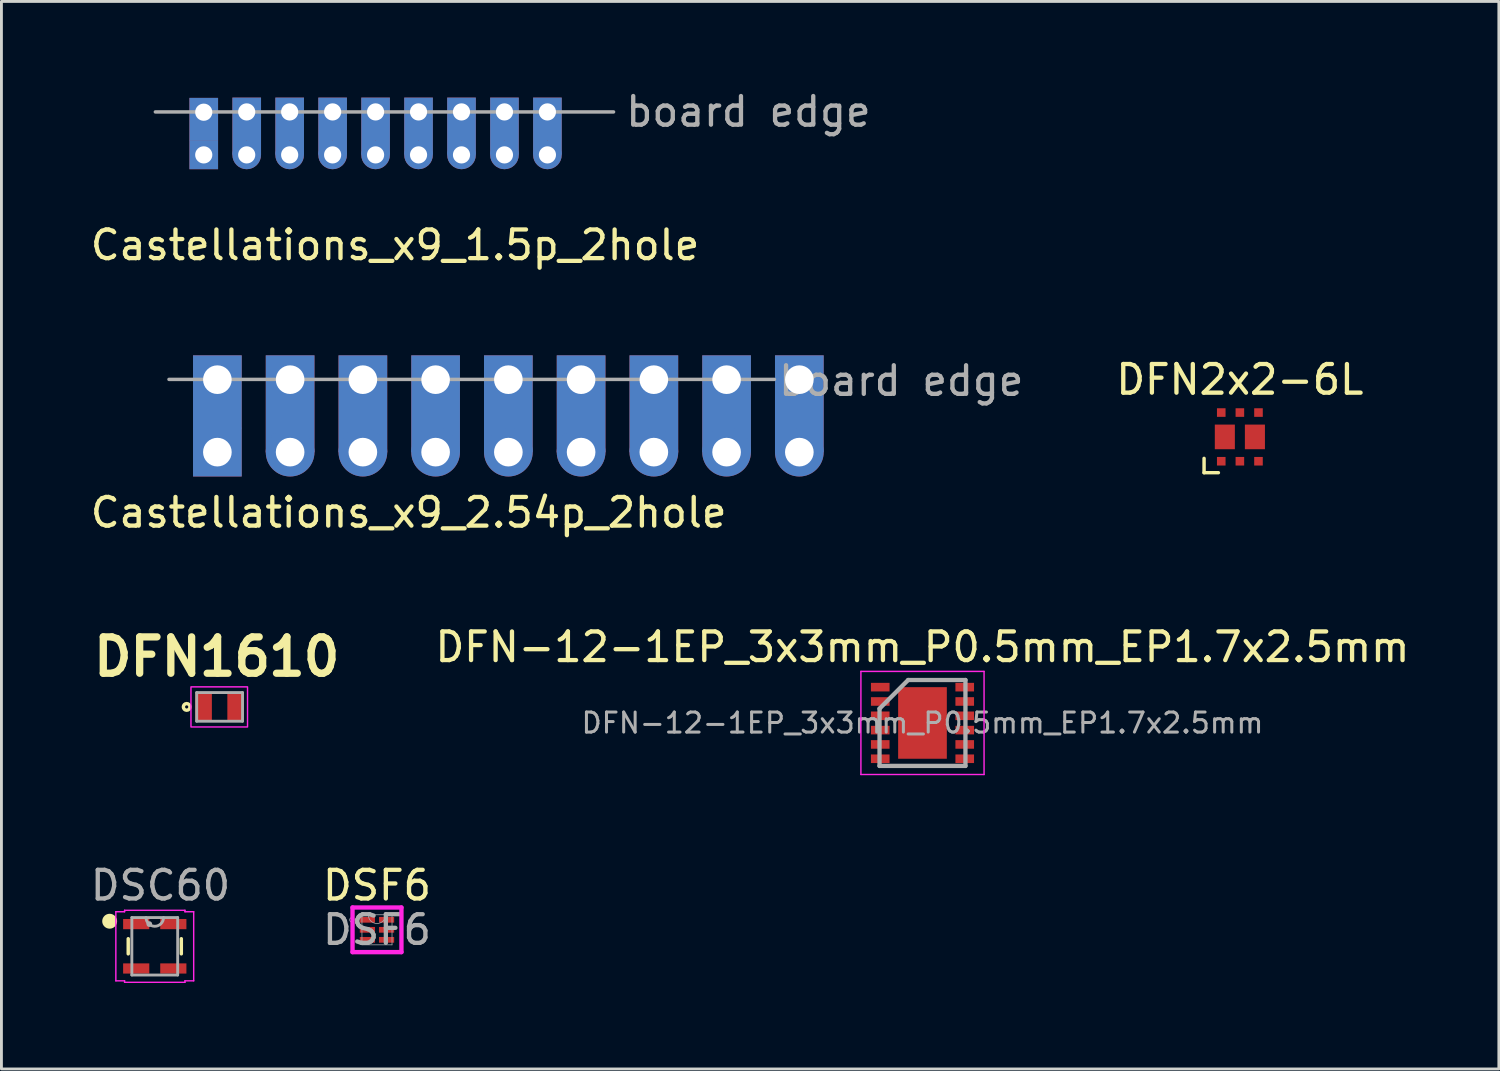
<source format=kicad_pcb>
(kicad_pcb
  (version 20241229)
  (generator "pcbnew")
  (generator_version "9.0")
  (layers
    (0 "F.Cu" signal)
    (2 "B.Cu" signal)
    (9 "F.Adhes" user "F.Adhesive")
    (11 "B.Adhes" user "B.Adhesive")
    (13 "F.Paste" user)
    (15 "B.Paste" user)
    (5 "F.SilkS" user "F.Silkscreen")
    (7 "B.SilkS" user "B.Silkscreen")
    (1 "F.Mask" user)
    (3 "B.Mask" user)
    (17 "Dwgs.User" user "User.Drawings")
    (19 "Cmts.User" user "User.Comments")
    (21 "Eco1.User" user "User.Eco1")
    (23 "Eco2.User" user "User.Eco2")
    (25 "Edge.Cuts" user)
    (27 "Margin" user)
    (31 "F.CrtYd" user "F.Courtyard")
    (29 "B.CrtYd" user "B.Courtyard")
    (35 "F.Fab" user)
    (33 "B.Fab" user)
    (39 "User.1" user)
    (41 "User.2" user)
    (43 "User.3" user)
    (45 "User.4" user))
  (footprint "Castellations_x9_2.54p_2hole"
    (layer "F.Cu")
    (at 4.54 10.197)
    (property "Reference" "Castellations_x9_2.54p_2hole" (at 6.68 4.65 0) (layer "F.SilkS") (effects (font (size 1 1) (thickness 0.15))))
    (attr through_hole)
    (fp_line (start -1.69 0) (end 19.45 0) (stroke (width 0.12) (type solid)) (layer "F.Fab"))
    (fp_text user "board edge" (at 23.88 0.05 0) (layer "F.Fab") (effects (font (size 1 1) (thickness 0.15))))
    (pad "1" thru_hole custom (at 0 0.01) (size 1.7 1.7) (drill 1) (layers "*.Cu" "*.Mask") (options (anchor rect)) (primitives (gr_poly (pts (xy -0.85 0.85) (xy 0.85 0.85) (xy 0.85 1.7) (xy -0.85 1.7)) (width 0) (fill yes))))
    (pad "1" thru_hole rect (at 0 2.54) (size 1.7 1.7) (drill 1) (layers "*.Cu" "*.Mask"))
    (pad "2" thru_hole custom (at 2.54 0.01) (size 1.7 1.7) (drill 1) (layers "*.Cu" "*.Mask") (options (anchor rect)) (primitives (gr_poly (pts (xy -0.85 0.85) (xy 0.85 0.85) (xy 0.85 1.7) (xy -0.85 1.7)) (width 0) (fill yes)) (gr_poly (pts (xy -0.85 2.54) (xy 0 1.7) (xy 0.85 2.54) (xy 0.85 1.6) (xy -0.85 1.6)) (width 0) (fill yes))))
    (pad "2" thru_hole circle (at 2.54 2.54) (size 1.7 1.7) (drill 1) (layers "*.Cu" "*.Mask"))
    (pad "3" thru_hole custom (at 5.08 0.01) (size 1.7 1.7) (drill 1) (layers "*.Cu" "*.Mask") (options (anchor rect)) (primitives (gr_poly (pts (xy -0.85 0.85) (xy 0.85 0.85) (xy 0.85 1.7) (xy -0.85 1.7)) (width 0) (fill yes)) (gr_poly (pts (xy -0.85 2.54) (xy 0 1.7) (xy 0.85 2.54) (xy 0.85 1.6) (xy -0.85 1.6)) (width 0) (fill yes))))
    (pad "3" thru_hole circle (at 5.08 2.54) (size 1.7 1.7) (drill 1) (layers "*.Cu" "*.Mask"))
    (pad "4" thru_hole custom (at 7.62 0.01) (size 1.7 1.7) (drill 1) (layers "*.Cu" "*.Mask") (options (anchor rect)) (primitives (gr_poly (pts (xy -0.85 0.85) (xy 0.85 0.85) (xy 0.85 1.7) (xy -0.85 1.7)) (width 0) (fill yes)) (gr_poly (pts (xy -0.85 2.54) (xy 0 1.7) (xy 0.85 2.54) (xy 0.85 1.6) (xy -0.85 1.6)) (width 0) (fill yes))))
    (pad "4" thru_hole circle (at 7.62 2.54) (size 1.7 1.7) (drill 1) (layers "*.Cu" "*.Mask"))
    (pad "5" thru_hole custom (at 10.16 0.01) (size 1.7 1.7) (drill 1) (layers "*.Cu" "*.Mask") (options (anchor rect)) (primitives (gr_poly (pts (xy -0.85 0.85) (xy 0.85 0.85) (xy 0.85 1.7) (xy -0.85 1.7)) (width 0) (fill yes)) (gr_poly (pts (xy -0.85 2.54) (xy 0 1.7) (xy 0.85 2.54) (xy 0.85 1.6) (xy -0.85 1.6)) (width 0) (fill yes))))
    (pad "5" thru_hole circle (at 10.16 2.54) (size 1.7 1.7) (drill 1) (layers "*.Cu" "*.Mask"))
    (pad "6" thru_hole custom (at 12.7 0.01) (size 1.7 1.7) (drill 1) (layers "*.Cu" "*.Mask") (options (anchor rect)) (primitives (gr_poly (pts (xy -0.85 0.85) (xy 0.85 0.85) (xy 0.85 1.7) (xy -0.85 1.7)) (width 0) (fill yes)) (gr_poly (pts (xy -0.85 2.54) (xy 0 1.7) (xy 0.85 2.54) (xy 0.85 1.6) (xy -0.85 1.6)) (width 0) (fill yes))))
    (pad "6" thru_hole circle (at 12.7 2.54) (size 1.7 1.7) (drill 1) (layers "*.Cu" "*.Mask"))
    (pad "7" thru_hole custom (at 15.24 0.01) (size 1.7 1.7) (drill 1) (layers "*.Cu" "*.Mask") (options (anchor rect)) (primitives (gr_poly (pts (xy -0.85 0.85) (xy 0.85 0.85) (xy 0.85 1.7) (xy -0.85 1.7)) (width 0) (fill yes)) (gr_poly (pts (xy -0.85 2.54) (xy 0 1.7) (xy 0.85 2.54) (xy 0.85 1.6) (xy -0.85 1.6)) (width 0) (fill yes))))
    (pad "7" thru_hole circle (at 15.24 2.54) (size 1.7 1.7) (drill 1) (layers "*.Cu" "*.Mask"))
    (pad "8" thru_hole custom (at 17.78 0.01) (size 1.7 1.7) (drill 1) (layers "*.Cu" "*.Mask") (options (anchor rect)) (primitives (gr_poly (pts (xy -0.85 0.85) (xy 0.85 0.85) (xy 0.85 1.7) (xy -0.85 1.7)) (width 0) (fill yes)) (gr_poly (pts (xy -0.85 2.54) (xy 0 1.7) (xy 0.85 2.54) (xy 0.85 1.6) (xy -0.85 1.6)) (width 0) (fill yes))))
    (pad "8" thru_hole circle (at 17.78 2.54) (size 1.7 1.7) (drill 1) (layers "*.Cu" "*.Mask"))
    (pad "9" thru_hole custom (at 20.32 0.01) (size 1.7 1.7) (drill 1) (layers "*.Cu" "*.Mask") (options (anchor rect)) (primitives (gr_poly (pts (xy -0.85 0.85) (xy 0.85 0.85) (xy 0.85 1.7) (xy -0.85 1.7)) (width 0) (fill yes)) (gr_poly (pts (xy -0.85 2.54) (xy 0 1.7) (xy 0.85 2.54) (xy 0.85 1.6) (xy -0.85 1.6)) (width 0) (fill yes))))
    (pad "9" thru_hole circle (at 20.32 2.54) (size 1.7 1.7) (drill 1) (layers "*.Cu" "*.Mask")))
  (footprint "Castellations_x9_1.5p_2hole"
    (layer "F.Cu")
    (at 4.064 0.858)
    (property "Reference" "Castellations_x9_1.5p_2hole" (at 6.68 4.65 0) (layer "F.SilkS") (effects (font (size 1 1) (thickness 0.15))))
    (attr through_hole)
    (fp_line (start -1.69 0) (end 14.31 0) (stroke (width 0.12) (type solid)) (layer "F.Fab"))
    (fp_text user "board edge" (at 19.02 -0.01 0) (layer "F.Fab") (effects (font (size 1 1) (thickness 0.15))))
    (pad "1" thru_hole custom (at 0 0.01) (size 1 1) (drill 0.6) (layers "*.Cu" "*.Mask") (options (anchor rect)) (primitives (gr_poly (pts (xy -0.5 0.5) (xy 0.5 0.5) (xy 0.5 1) (xy -0.5 1)) (width 0) (fill yes))))
    (pad "1" thru_hole rect (at 0 1.5) (size 1 1) (drill 0.6) (layers "*.Cu" "*.Mask"))
    (pad "2" thru_hole custom (at 1.5 0) (size 1 1) (drill 0.6) (layers "*.Cu" "*.Mask") (options (anchor rect)) (primitives (gr_poly (pts (xy -0.5 0.5) (xy 0.5 0.5) (xy 0.5 1) (xy -0.5 1)) (width 0) (fill yes)) (gr_poly (pts (xy -0.5 1.5) (xy 0 1) (xy 0.5 1.5) (xy 0.5 0.9) (xy -0.5 0.9)) (width 0) (fill yes))))
    (pad "2" thru_hole circle (at 1.5 1.5) (size 1 1) (drill 0.6) (layers "*.Cu" "*.Mask"))
    (pad "3" thru_hole custom (at 3 0) (size 1 1) (drill 0.6) (layers "*.Cu" "*.Mask") (options (anchor rect)) (primitives (gr_poly (pts (xy -0.5 0.5) (xy 0.5 0.5) (xy 0.5 1) (xy -0.5 1)) (width 0) (fill yes)) (gr_poly (pts (xy -0.5 1.5) (xy 0 1) (xy 0.5 1.5) (xy 0.5 0.9) (xy -0.5 0.9)) (width 0) (fill yes))))
    (pad "3" thru_hole circle (at 3 1.5) (size 1 1) (drill 0.6) (layers "*.Cu" "*.Mask"))
    (pad "4" thru_hole custom (at 4.5 0) (size 1 1) (drill 0.6) (layers "*.Cu" "*.Mask") (options (anchor rect)) (primitives (gr_poly (pts (xy -0.5 0.5) (xy 0.5 0.5) (xy 0.5 1) (xy -0.5 1)) (width 0) (fill yes)) (gr_poly (pts (xy -0.5 1.5) (xy 0 1) (xy 0.5 1.5) (xy 0.5 0.9) (xy -0.5 0.9)) (width 0) (fill yes))))
    (pad "4" thru_hole circle (at 4.5 1.5) (size 1 1) (drill 0.6) (layers "*.Cu" "*.Mask"))
    (pad "5" thru_hole custom (at 6 0) (size 1 1) (drill 0.6) (layers "*.Cu" "*.Mask") (options (anchor rect)) (primitives (gr_poly (pts (xy -0.5 0.5) (xy 0.5 0.5) (xy 0.5 1) (xy -0.5 1)) (width 0) (fill yes)) (gr_poly (pts (xy -0.5 1.5) (xy 0 1) (xy 0.5 1.5) (xy 0.5 0.9) (xy -0.5 0.9)) (width 0) (fill yes))))
    (pad "5" thru_hole circle (at 6 1.5) (size 1 1) (drill 0.6) (layers "*.Cu" "*.Mask"))
    (pad "6" thru_hole custom (at 7.5 0) (size 1 1) (drill 0.6) (layers "*.Cu" "*.Mask") (options (anchor rect)) (primitives (gr_poly (pts (xy -0.5 0.5) (xy 0.5 0.5) (xy 0.5 1) (xy -0.5 1)) (width 0) (fill yes)) (gr_poly (pts (xy -0.5 1.5) (xy 0 1) (xy 0.5 1.5) (xy 0.5 0.9) (xy -0.5 0.9)) (width 0) (fill yes))))
    (pad "6" thru_hole circle (at 7.5 1.5) (size 1 1) (drill 0.6) (layers "*.Cu" "*.Mask"))
    (pad "7" thru_hole custom (at 9 0) (size 1 1) (drill 0.6) (layers "*.Cu" "*.Mask") (options (anchor rect)) (primitives (gr_poly (pts (xy -0.5 0.5) (xy 0.5 0.5) (xy 0.5 1) (xy -0.5 1)) (width 0) (fill yes)) (gr_poly (pts (xy -0.5 1.5) (xy 0 1) (xy 0.5 1.5) (xy 0.5 0.9) (xy -0.5 0.9)) (width 0) (fill yes))))
    (pad "7" thru_hole circle (at 9 1.5) (size 1 1) (drill 0.6) (layers "*.Cu" "*.Mask"))
    (pad "8" thru_hole custom (at 10.5 0) (size 1 1) (drill 0.6) (layers "*.Cu" "*.Mask") (options (anchor rect)) (primitives (gr_poly (pts (xy -0.5 0.5) (xy 0.5 0.5) (xy 0.5 1) (xy -0.5 1)) (width 0) (fill yes)) (gr_poly (pts (xy -0.5 1.5) (xy 0 1) (xy 0.5 1.5) (xy 0.5 0.9) (xy -0.5 0.9)) (width 0) (fill yes))))
    (pad "8" thru_hole circle (at 10.5 1.5) (size 1 1) (drill 0.6) (layers "*.Cu" "*.Mask"))
    (pad "9" thru_hole custom (at 12 0) (size 1 1) (drill 0.6) (layers "*.Cu" "*.Mask") (options (anchor rect)) (primitives (gr_poly (pts (xy -0.5 0.5) (xy 0.5 0.5) (xy 0.5 1) (xy -0.5 1)) (width 0) (fill yes)) (gr_poly (pts (xy -0.5 1.5) (xy 0 1) (xy 0.5 1.5) (xy 0.5 0.9) (xy -0.5 0.9)) (width 0) (fill yes))))
    (pad "9" thru_hole circle (at 12 1.5) (size 1 1) (drill 0.6) (layers "*.Cu" "*.Mask")))
  (footprint "DFN2x2-6L"
    (layer "F.Cu")
    (at 40.242 12.205)
    (property "Reference" "DFN2x2-6L" (at 0 -2 0) (unlocked yes) (layer "F.SilkS") (effects (font (size 1 1) (thickness 0.15))))
    (attr smd)
    (fp_line (start -1.25 0.75) (end -1.25 1.25) (stroke (width 0.12) (type solid)) (layer "F.SilkS"))
    (fp_line (start -1.25 1.25) (end -0.75 1.25) (stroke (width 0.12) (type solid)) (layer "F.SilkS"))
    (fp_rect (start -1.2 -1.2) (end 1.2 1.2) (stroke (width 0.1) (type solid)) (fill no) (layer "Margin"))
    (pad "1" smd rect (at -0.65 0.85) (size 0.3 0.3) (layers "F.Cu" "F.Mask" "F.Paste"))
    (pad "2" smd rect (at 0 0.85) (size 0.3 0.3) (layers "F.Cu" "F.Mask" "F.Paste"))
    (pad "3" smd rect (at 0.65 0.85) (size 0.3 0.3) (layers "F.Cu" "F.Mask" "F.Paste"))
    (pad "4" smd rect (at 0.65 -0.85) (size 0.3 0.3) (layers "F.Cu" "F.Mask" "F.Paste"))
    (pad "5" smd rect (at 0 -0.85) (size 0.3 0.3) (layers "F.Cu" "F.Mask" "F.Paste"))
    (pad "6" smd rect (at -0.65 -0.85) (size 0.3 0.3) (layers "F.Cu" "F.Mask" "F.Paste"))
    (pad "7" smd rect (at -0.525 0) (size 0.7 0.86) (layers "F.Cu" "F.Mask" "F.Paste"))
    (pad "8" smd rect (at 0.525 0) (size 0.7 0.86) (layers "F.Cu" "F.Mask" "F.Paste")))
  (footprint "DSC60"
    (layer "F.Cu")
    (at 2.354 29.991)
    (property "Reference" "DSC60" (at 0.2 -2.125 0) (layer "F.Fab") (effects (font (size 1 1) (thickness 0.15))))
    (attr smd)
    (fp_line (start -0.927 -0.264) (end -0.927 0.264) (stroke (width 0.12) (type solid)) (layer "F.SilkS"))
    (fp_line (start 0.927 0.264) (end 0.927 -0.264) (stroke (width 0.12) (type solid)) (layer "F.SilkS"))
    (fp_circle (center -1.575 -0.875) (end -1.375 -0.875) (stroke (width 0.12) (type solid)) (fill yes) (layer "F.SilkS"))
    (fp_line (start -1.359 -1.206) (end -1.054 -1.206) (stroke (width 0.05) (type solid)) (layer "F.CrtYd"))
    (fp_line (start -1.359 1.206) (end -1.359 -1.206) (stroke (width 0.05) (type solid)) (layer "F.CrtYd"))
    (fp_line (start -1.054 -1.257) (end 1.054 -1.257) (stroke (width 0.05) (type solid)) (layer "F.CrtYd"))
    (fp_line (start -1.054 -1.206) (end -1.054 -1.257) (stroke (width 0.05) (type solid)) (layer "F.CrtYd"))
    (fp_line (start -1.054 1.206) (end -1.359 1.206) (stroke (width 0.05) (type solid)) (layer "F.CrtYd"))
    (fp_line (start -1.054 1.257) (end -1.054 1.206) (stroke (width 0.05) (type solid)) (layer "F.CrtYd"))
    (fp_line (start 1.054 -1.257) (end 1.054 -1.206) (stroke (width 0.05) (type solid)) (layer "F.CrtYd"))
    (fp_line (start 1.054 1.206) (end 1.054 1.257) (stroke (width 0.05) (type solid)) (layer "F.CrtYd"))
    (fp_line (start 1.054 1.257) (end -1.054 1.257) (stroke (width 0.05) (type solid)) (layer "F.CrtYd"))
    (fp_line (start 1.359 -1.206) (end 1.054 -1.206) (stroke (width 0.05) (type solid)) (layer "F.CrtYd"))
    (fp_line (start 1.359 -1.206) (end 1.359 1.206) (stroke (width 0.05) (type solid)) (layer "F.CrtYd"))
    (fp_line (start 1.359 1.206) (end 1.054 1.206) (stroke (width 0.05) (type solid)) (layer "F.CrtYd"))
    (fp_line (start -0.8 -1.003) (end -0.8 1.003) (stroke (width 0.1) (type solid)) (layer "F.Fab"))
    (fp_line (start -0.8 1.003) (end 0.8 1.003) (stroke (width 0.1) (type solid)) (layer "F.Fab"))
    (fp_line (start 0.8 -1.003) (end -0.8 -1.003) (stroke (width 0.1) (type solid)) (layer "F.Fab"))
    (fp_line (start 0.8 1.003) (end 0.8 -1.003) (stroke (width 0.1) (type solid)) (layer "F.Fab"))
    (fp_arc (start 0.3048 -1.0033) (mid 0 -0.6985) (end -0.3048 -1.0033) (stroke (width 0.1) (type solid)) (layer "F.Fab"))
    (fp_circle (center -0.191 -0.775) (end -0.191 -0.775) (stroke (width 0.1) (type solid)) (fill no) (layer "F.Fab"))
    (pad "1" smd rect (at -0.648 -0.775) (size 0.914 0.356) (layers "F.Cu" "F.Mask" "F.Paste"))
    (pad "2" smd rect (at -0.648 0.775) (size 0.914 0.356) (layers "F.Cu" "F.Mask" "F.Paste"))
    (pad "3" smd rect (at 0.648 0.775) (size 0.914 0.356) (layers "F.Cu" "F.Mask" "F.Paste"))
    (pad "4" smd rect (at 0.648 -0.775) (size 0.914 0.356) (layers "F.Cu" "F.Mask" "F.Paste")))
  (footprint "DSF6"
    (layer "F.Cu")
    (at 10.113 29.416)
    (property "Reference" "DSF6" (at 0 -1.55 0) (unlocked yes) (layer "F.SilkS") (effects (font (size 1 1) (thickness 0.15))))
    (attr smd)
    (fp_poly (pts (xy -0.575 -0.425) (xy -0.575 -0.275) (xy -0.095 -0.275) (xy -0.095 -0.425)) (stroke (width 0) (type solid)) (fill yes) (layer "F.Paste"))
    (fp_poly (pts (xy -0.575 -0.075) (xy -0.575 0.075) (xy -0.095 0.075) (xy -0.095 -0.075)) (stroke (width 0) (type solid)) (fill yes) (layer "F.Paste"))
    (fp_poly (pts (xy -0.575 0.275) (xy -0.575 0.425) (xy -0.095 0.425) (xy -0.095 0.275)) (stroke (width 0) (type solid)) (fill yes) (layer "F.Paste"))
    (fp_poly (pts (xy 0.095 -0.425) (xy 0.095 -0.275) (xy 0.575 -0.275) (xy 0.575 -0.425)) (stroke (width 0) (type solid)) (fill yes) (layer "F.Paste"))
    (fp_poly (pts (xy 0.095 -0.075) (xy 0.095 0.075) (xy 0.575 0.075) (xy 0.575 -0.075)) (stroke (width 0) (type solid)) (fill yes) (layer "F.Paste"))
    (fp_poly (pts (xy 0.095 0.275) (xy 0.095 0.425) (xy 0.575 0.425) (xy 0.575 0.275)) (stroke (width 0) (type solid)) (fill yes) (layer "F.Paste"))
    (fp_line (start -0.854 -0.779) (end 0.854 -0.779) (stroke (width 0.152) (type solid)) (layer "F.CrtYd"))
    (fp_line (start -0.854 0.779) (end -0.854 -0.779) (stroke (width 0.152) (type solid)) (layer "F.CrtYd"))
    (fp_line (start 0.854 -0.779) (end 0.854 0.779) (stroke (width 0.152) (type solid)) (layer "F.CrtYd"))
    (fp_line (start 0.854 0.779) (end -0.854 0.779) (stroke (width 0.152) (type solid)) (layer "F.CrtYd"))
    (fp_line (start -0.525 -0.525) (end -0.525 0.525) (stroke (width 0.025) (type solid)) (layer "F.Fab"))
    (fp_line (start -0.525 0.525) (end 0.525 0.525) (stroke (width 0.025) (type solid)) (layer "F.Fab"))
    (fp_line (start 0.525 -0.525) (end -0.525 -0.525) (stroke (width 0.025) (type solid)) (layer "F.Fab"))
    (fp_line (start 0.525 0.525) (end 0.525 -0.525) (stroke (width 0.025) (type solid)) (layer "F.Fab"))
    (fp_arc (start 0.3048 -0.525) (mid 0 -0.2202) (end -0.3048 -0.525) (stroke (width 0.0254) (type solid)) (layer "F.Fab"))
    (fp_circle (center -0.877 -0.35) (end -0.8 -0.35) (stroke (width 0.025) (type solid)) (fill no) (layer "F.Fab"))
    (fp_text user "${REFERENCE}" (at 0 0 0) (unlocked yes) (layer "F.Fab") (effects (font (size 1 1) (thickness 0.15))))
    (pad "1" smd rect (at -0.335 -0.35) (size 0.53 0.2) (layers "F.Cu" "F.Mask"))
    (pad "2" smd rect (at -0.335 0) (size 0.53 0.2) (layers "F.Cu" "F.Mask"))
    (pad "3" smd rect (at -0.335 0.35) (size 0.53 0.2) (layers "F.Cu" "F.Mask"))
    (pad "4" smd rect (at 0.335 0.35) (size 0.53 0.2) (layers "F.Cu" "F.Mask"))
    (pad "5" smd rect (at 0.335 0) (size 0.53 0.2) (layers "F.Cu" "F.Mask"))
    (pad "6" smd rect (at 0.335 -0.35) (size 0.53 0.2) (layers "F.Cu" "F.Mask")))
  (footprint "DFN-12-1EP_3x3mm_P0.5mm_EP1.7x2.5mm"
    (layer "F.Cu")
    (at 29.16 22.193)
    (property "Reference" "DFN-12-1EP_3x3mm_P0.5mm_EP1.7x2.5mm" (at 0 -2.65 0) (layer "F.SilkS") (effects (font (size 1 1) (thickness 0.15))))
    (attr smd)
    (fp_line (start -2.15 -1.8) (end -2.15 1.8) (stroke (width 0.05) (type solid)) (layer "F.CrtYd"))
    (fp_line (start -2.15 -1.8) (end 2.15 -1.8) (stroke (width 0.05) (type solid)) (layer "F.CrtYd"))
    (fp_line (start -2.15 1.8) (end 2.15 1.8) (stroke (width 0.05) (type solid)) (layer "F.CrtYd"))
    (fp_line (start 2.15 -1.8) (end 2.15 1.8) (stroke (width 0.05) (type solid)) (layer "F.CrtYd"))
    (fp_line (start -1.5 -0.5) (end -0.5 -1.5) (stroke (width 0.15) (type solid)) (layer "F.Fab"))
    (fp_line (start -1.5 1.5) (end -1.5 -0.5) (stroke (width 0.15) (type solid)) (layer "F.Fab"))
    (fp_line (start -0.5 -1.5) (end 1.5 -1.5) (stroke (width 0.15) (type solid)) (layer "F.Fab"))
    (fp_line (start 1.5 -1.5) (end 1.5 1.5) (stroke (width 0.15) (type solid)) (layer "F.Fab"))
    (fp_line (start 1.5 1.5) (end -1.5 1.5) (stroke (width 0.15) (type solid)) (layer "F.Fab"))
    (fp_text user "${REFERENCE}" (at 0 0 0) (layer "F.Fab") (effects (font (size 0.7 0.7) (thickness 0.105))))
    (pad "" smd rect (at -0.4 -0.6) (size 0.7 1.1) (layers "F.Paste"))
    (pad "" smd rect (at -0.4 0.6) (size 0.7 1.1) (layers "F.Paste"))
    (pad "" smd rect (at 0.4 -0.6) (size 0.7 1.1) (layers "F.Paste"))
    (pad "" smd rect (at 0.4 0.6) (size 0.7 1.1) (layers "F.Paste"))
    (pad "1" smd rect (at -1.475 -1.25) (size 0.65 0.3) (layers "F.Cu" "F.Mask" "F.Paste"))
    (pad "2" smd rect (at -1.475 -0.75) (size 0.65 0.3) (layers "F.Cu" "F.Mask" "F.Paste"))
    (pad "3" smd rect (at -1.475 -0.25) (size 0.65 0.3) (layers "F.Cu" "F.Mask" "F.Paste"))
    (pad "4" smd rect (at -1.475 0.25) (size 0.65 0.3) (layers "F.Cu" "F.Mask" "F.Paste"))
    (pad "5" smd rect (at -1.475 0.75) (size 0.65 0.3) (layers "F.Cu" "F.Mask" "F.Paste"))
    (pad "6" smd rect (at -1.475 1.25) (size 0.65 0.3) (layers "F.Cu" "F.Mask" "F.Paste"))
    (pad "7" smd rect (at 1.475 1.25) (size 0.65 0.3) (layers "F.Cu" "F.Mask" "F.Paste"))
    (pad "8" smd rect (at 1.475 0.75) (size 0.65 0.3) (layers "F.Cu" "F.Mask" "F.Paste"))
    (pad "9" smd rect (at 1.475 0.25) (size 0.65 0.3) (layers "F.Cu" "F.Mask" "F.Paste"))
    (pad "10" smd rect (at 1.475 -0.25) (size 0.65 0.3) (layers "F.Cu" "F.Mask" "F.Paste"))
    (pad "11" smd rect (at 1.475 -0.75) (size 0.65 0.3) (layers "F.Cu" "F.Mask" "F.Paste"))
    (pad "12" smd rect (at 1.475 -1.25) (size 0.65 0.3) (layers "F.Cu" "F.Mask" "F.Paste"))
    (pad "13" smd rect (at 0 0) (size 1.7 2.5) (layers "F.Cu" "F.Mask")))
  (footprint "DFN1610"
    (layer "F.Cu")
    (at 4.618 21.633)
    (property "Reference" "DFN1610" (at -0.1 -1.75 0) (layer "F.SilkS") (effects (font (size 1.27 1.27) (thickness 0.254))))
    (attr smd)
    (fp_circle (center -1.15 0) (end -1.125 -0.05) (stroke (width 0.12) (type default)) (fill no) (layer "F.SilkS"))
    (fp_rect (start -1 -0.7) (end 0.975 0.7) (stroke (width 0.05) (type default)) (fill no) (layer "F.CrtYd"))
    (fp_line (start -0.8 -0.5) (end -0.8 0.5) (stroke (width 0.1) (type solid)) (layer "F.Fab"))
    (fp_line (start -0.8 0.5) (end 0.8 0.5) (stroke (width 0.1) (type solid)) (layer "F.Fab"))
    (fp_line (start 0.8 -0.5) (end -0.8 -0.5) (stroke (width 0.1) (type solid)) (layer "F.Fab"))
    (fp_line (start 0.8 0.5) (end 0.8 -0.5) (stroke (width 0.1) (type solid)) (layer "F.Fab"))
    (pad "1" smd rect (at -0.56 0) (size 0.58 1) (layers "F.Cu" "F.Mask" "F.Paste"))
    (pad "2" smd rect (at 0.56 0) (size 0.58 1) (layers "F.Cu" "F.Mask" "F.Paste")))
  (gr_rect
    (start -3 -3)
    (end 49.285 34.274)
    (stroke (width 0.1) (type default))
    (fill no)
    (layer "Edge.Cuts")))
</source>
